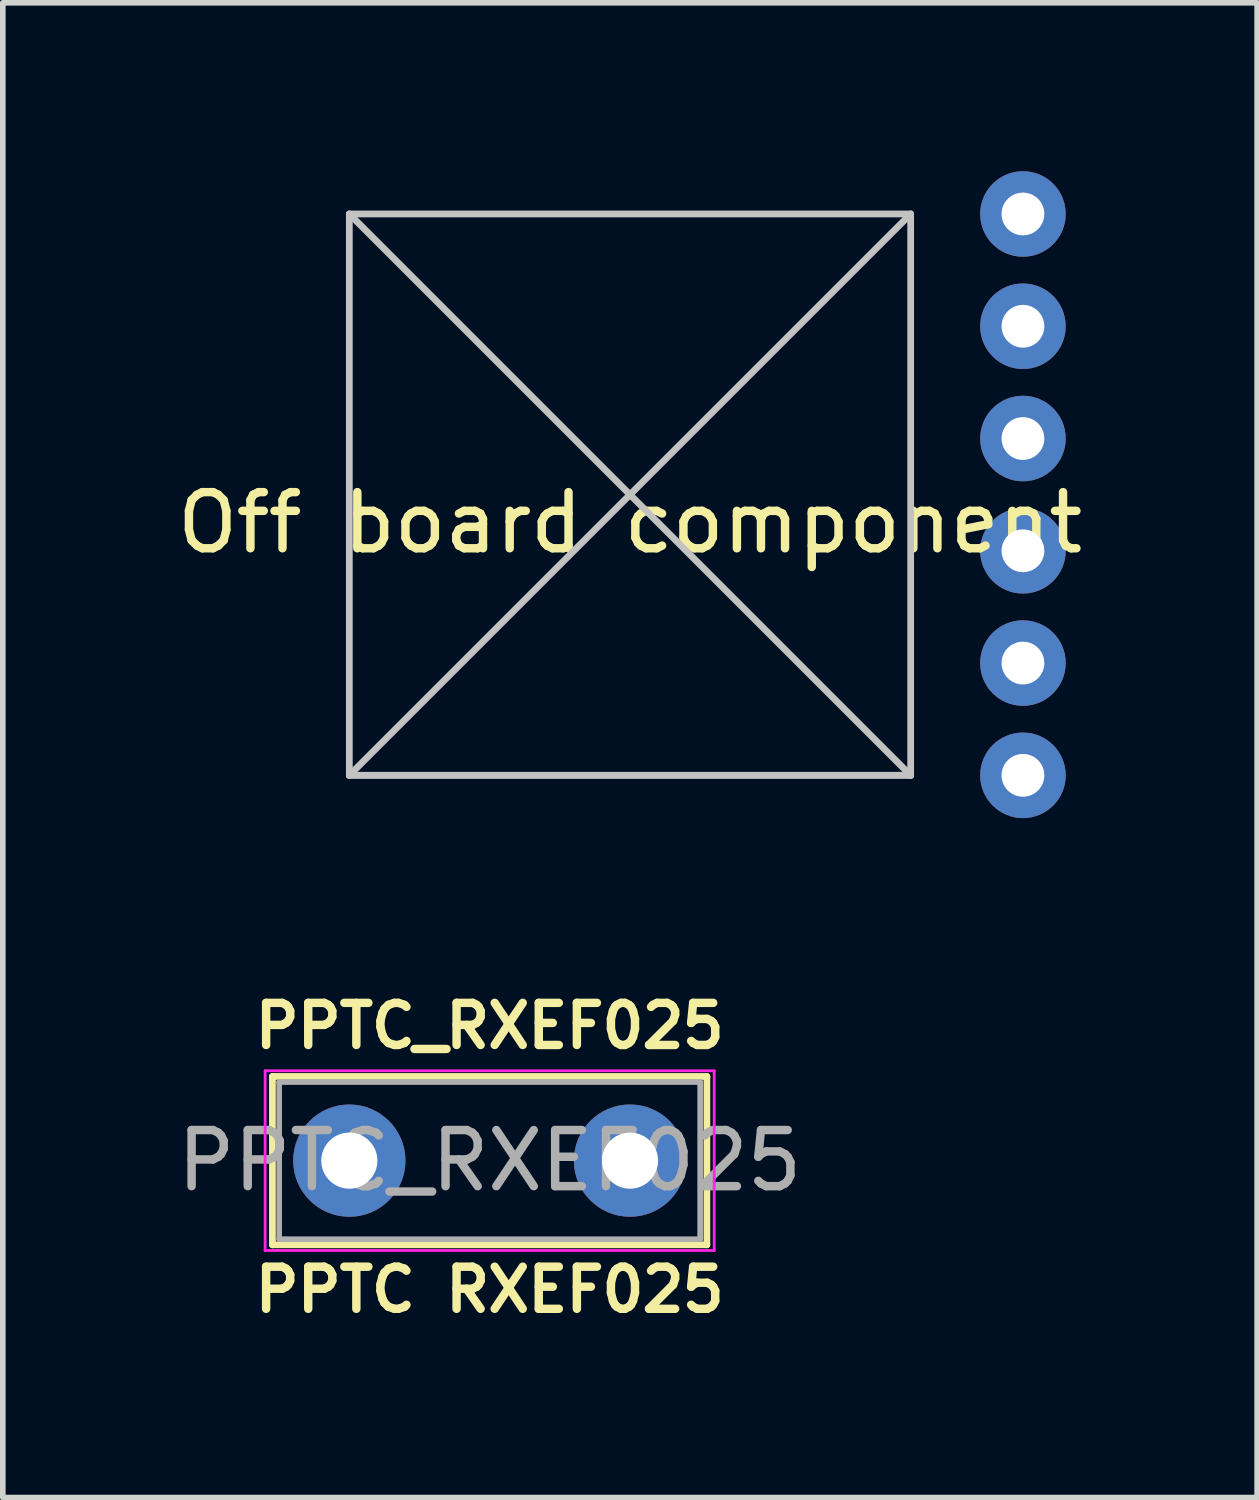
<source format=kicad_pcb>
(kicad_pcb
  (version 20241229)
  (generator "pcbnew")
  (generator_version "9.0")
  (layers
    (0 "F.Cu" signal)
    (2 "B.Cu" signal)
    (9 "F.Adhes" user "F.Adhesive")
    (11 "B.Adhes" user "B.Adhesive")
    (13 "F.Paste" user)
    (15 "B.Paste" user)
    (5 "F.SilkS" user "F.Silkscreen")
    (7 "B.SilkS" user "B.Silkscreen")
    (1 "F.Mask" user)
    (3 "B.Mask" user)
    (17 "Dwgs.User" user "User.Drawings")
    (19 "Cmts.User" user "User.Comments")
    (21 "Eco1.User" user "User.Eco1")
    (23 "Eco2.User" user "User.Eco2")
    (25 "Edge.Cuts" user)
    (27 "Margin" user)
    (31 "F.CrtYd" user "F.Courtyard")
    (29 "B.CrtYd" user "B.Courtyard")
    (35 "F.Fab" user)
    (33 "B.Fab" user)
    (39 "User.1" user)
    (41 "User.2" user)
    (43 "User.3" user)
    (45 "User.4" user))
  (footprint "Off board component"
    (layer "F.Cu")
    (at 8.173 5.762)
    (property "Reference" "Off board component" (at 0 0.5 0) (layer "F.SilkS") (effects (font (size 1 1) (thickness 0.15))))
    (attr through_hole)
    (fp_line (start -5 -5) (end 5 -5) (stroke (width 0.12) (type solid)) (layer "Dwgs.User"))
    (fp_line (start -5 -5) (end 5 5) (stroke (width 0.12) (type solid)) (layer "Dwgs.User"))
    (fp_line (start -5 5) (end -5 -5) (stroke (width 0.12) (type solid)) (layer "Dwgs.User"))
    (fp_line (start -5 5) (end 5 -5) (stroke (width 0.12) (type solid)) (layer "Dwgs.User"))
    (fp_line (start 5 -5) (end 5 5) (stroke (width 0.12) (type solid)) (layer "Dwgs.User"))
    (fp_line (start 5 5) (end -5 5) (stroke (width 0.12) (type solid)) (layer "Dwgs.User"))
    (fp_line (start 5 5) (end -5 5) (stroke (width 0.12) (type solid)) (layer "Dwgs.User"))
    (pad "1" thru_hole circle (at 7 -5) (size 1.524 1.524) (drill 0.762) (layers "*.Cu" "*.Mask"))
    (pad "2" thru_hole circle (at 7 -3) (size 1.524 1.524) (drill 0.762) (layers "*.Cu" "*.Mask"))
    (pad "3" thru_hole circle (at 7 -1) (size 1.524 1.524) (drill 0.762) (layers "*.Cu" "*.Mask"))
    (pad "4" thru_hole circle (at 7 1) (size 1.524 1.524) (drill 0.762) (layers "*.Cu" "*.Mask"))
    (pad "5" thru_hole circle (at 7 3) (size 1.524 1.524) (drill 0.762) (layers "*.Cu" "*.Mask"))
    (pad "6" thru_hole circle (at 7 5) (size 1.524 1.524) (drill 0.762) (layers "*.Cu" "*.Mask")))
  (footprint "PPTC_RXEF025"
    (layer "F.Cu")
    (at 5.673 17.626)
    (property "Reference" "PPTC_RXEF025" (at 0 -2.4 0) (layer "F.SilkS") (effects (font (size 0.75 0.75) (thickness 0.15))))
    (property "Value" "PPTC RXEF025" (at 0 2.4 0) (layer "F.Fab") (hide yes) (effects (font (size 1 1) (thickness 0.15))))
    (attr through_hole)
    (fp_line (start -3.87 -1.5) (end -3.87 1.5) (stroke (width 0.12) (type solid)) (layer "F.SilkS"))
    (fp_line (start -3.87 -1.5) (end 3.87 -1.5) (stroke (width 0.12) (type solid)) (layer "F.SilkS"))
    (fp_line (start -3.87 1.5) (end 3.87 1.5) (stroke (width 0.12) (type solid)) (layer "F.SilkS"))
    (fp_line (start 3.87 -1.5) (end 3.87 1.5) (stroke (width 0.12) (type solid)) (layer "F.SilkS"))
    (fp_line (start -4 -1.6) (end -4 1.6) (stroke (width 0.05) (type solid)) (layer "F.CrtYd"))
    (fp_line (start -4 1.6) (end 4 1.6) (stroke (width 0.05) (type solid)) (layer "F.CrtYd"))
    (fp_line (start 4 -1.6) (end -4 -1.6) (stroke (width 0.05) (type solid)) (layer "F.CrtYd"))
    (fp_line (start 4 1.6) (end 4 -1.6) (stroke (width 0.05) (type solid)) (layer "F.CrtYd"))
    (fp_line (start -3.75 -1.4) (end -3.75 1.4) (stroke (width 0.1) (type solid)) (layer "F.Fab"))
    (fp_line (start -3.75 1.4) (end 3.75 1.4) (stroke (width 0.1) (type solid)) (layer "F.Fab"))
    (fp_line (start 3.75 -1.4) (end -3.75 -1.4) (stroke (width 0.1) (type solid)) (layer "F.Fab"))
    (fp_line (start 3.75 1.4) (end 3.75 -1.4) (stroke (width 0.1) (type solid)) (layer "F.Fab"))
    (fp_text user "${VALUE}" (at 0 2.3 0) (layer "F.SilkS") (effects (font (size 0.75 0.75) (thickness 0.15))))
    (fp_text user "${REFERENCE}" (at 0 0 0) (layer "F.Fab") (effects (font (size 1 1) (thickness 0.15))))
    (pad "1" thru_hole circle (at -2.5 0) (size 2 2) (drill 1) (layers "*.Cu" "*.Mask"))
    (pad "2" thru_hole circle (at 2.5 0) (size 2 2) (drill 1) (layers "*.Cu" "*.Mask")))
  (gr_rect
    (start -3 -3)
    (end 19.345 23.628)
    (stroke (width 0.1) (type default))
    (fill no)
    (layer "Edge.Cuts")))
</source>
